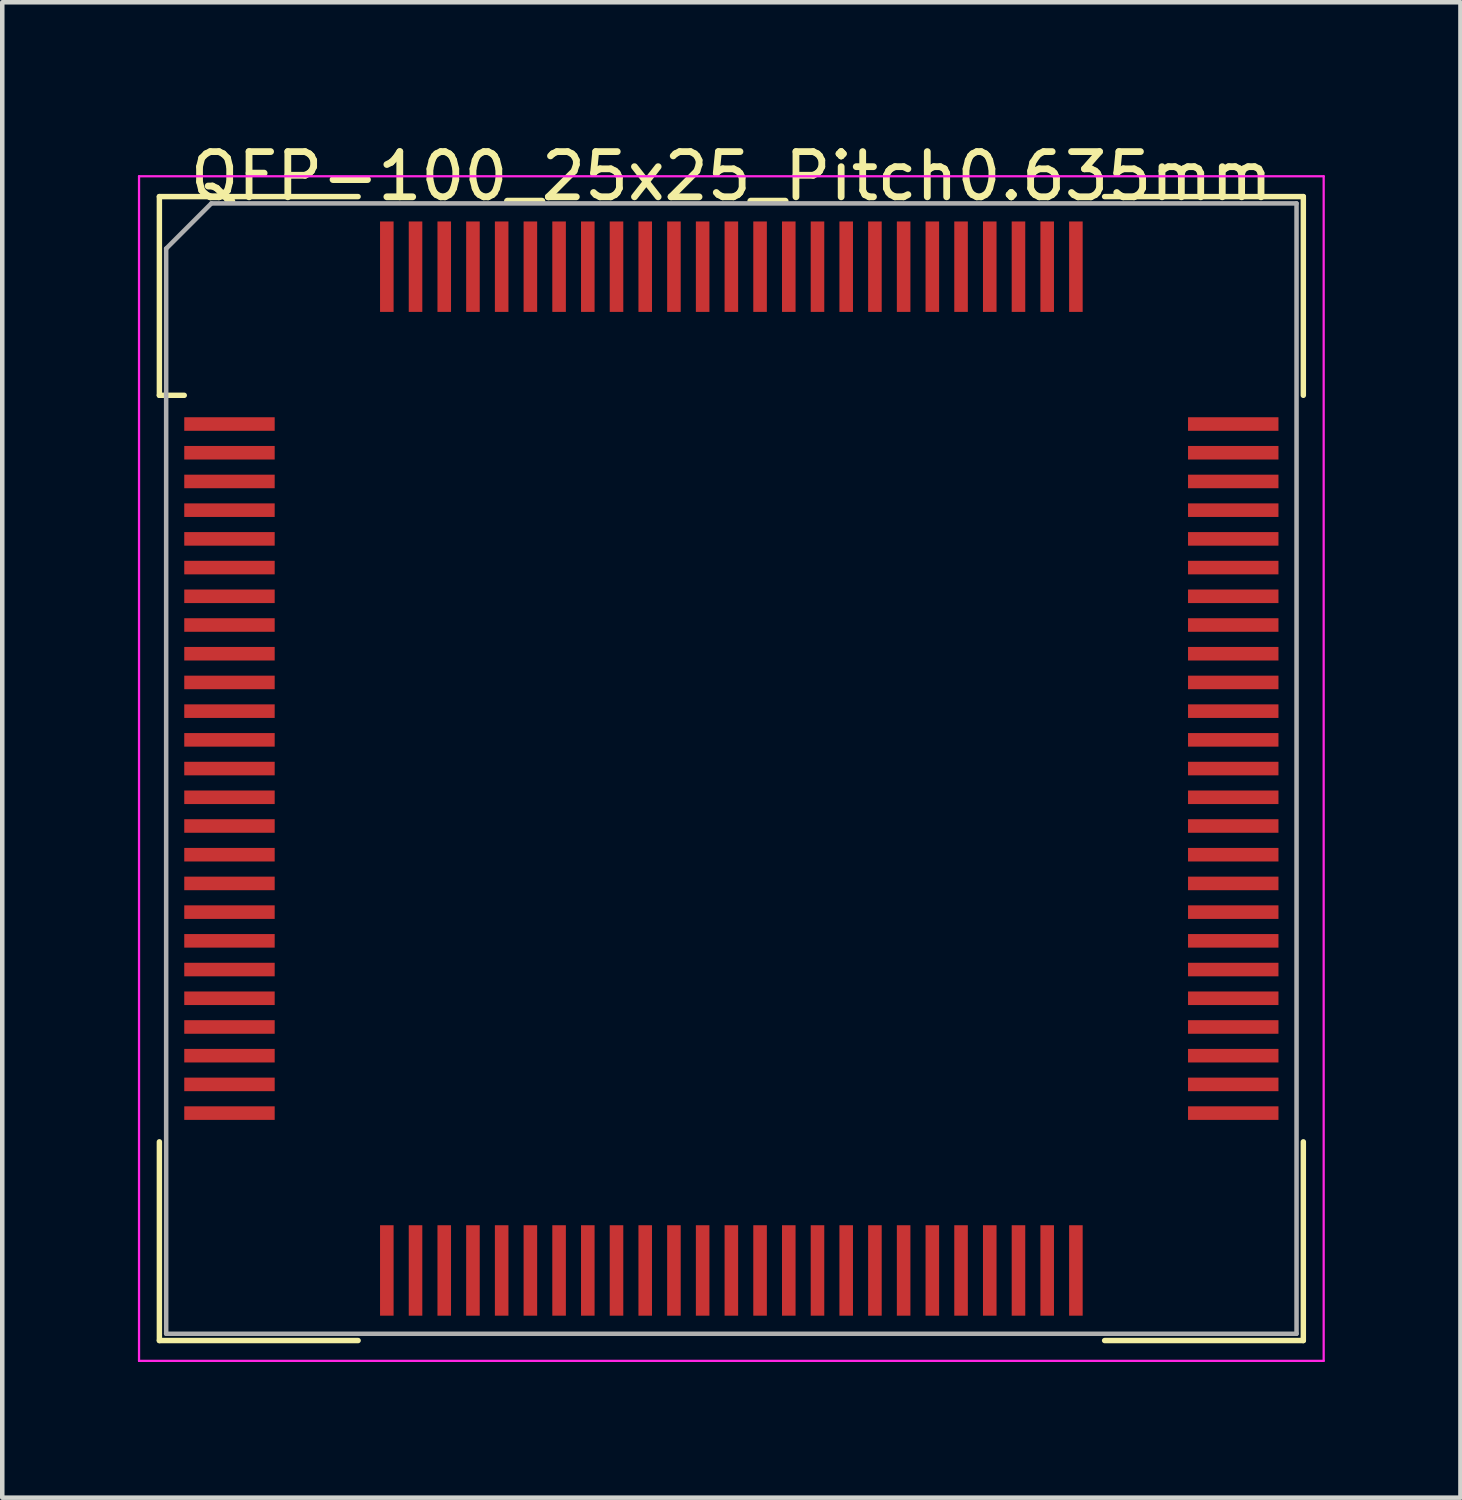
<source format=kicad_pcb>
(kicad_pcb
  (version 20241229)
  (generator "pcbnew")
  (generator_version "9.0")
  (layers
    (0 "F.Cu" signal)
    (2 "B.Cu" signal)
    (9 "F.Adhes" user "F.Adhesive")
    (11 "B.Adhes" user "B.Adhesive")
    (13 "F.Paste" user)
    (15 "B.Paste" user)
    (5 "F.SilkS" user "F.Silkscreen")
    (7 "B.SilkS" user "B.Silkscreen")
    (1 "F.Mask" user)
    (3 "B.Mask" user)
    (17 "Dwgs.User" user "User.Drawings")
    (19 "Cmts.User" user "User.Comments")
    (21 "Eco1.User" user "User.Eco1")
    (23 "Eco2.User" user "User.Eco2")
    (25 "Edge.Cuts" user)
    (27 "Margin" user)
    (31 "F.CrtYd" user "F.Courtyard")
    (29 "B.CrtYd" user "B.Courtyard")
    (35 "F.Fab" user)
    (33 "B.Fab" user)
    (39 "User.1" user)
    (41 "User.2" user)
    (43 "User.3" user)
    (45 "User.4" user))
  (footprint "QFP-100_25x25_Pitch0.635mm"
    (layer "F.Cu")
    (at 13.125 13.948)
    (property "Reference" "QFP-100_25x25_Pitch0.635mm" (at 0 -13.1 0) (layer "F.SilkS") (effects (font (size 1 1) (thickness 0.15))))
    (attr smd)
    (fp_line (start -12.65 -12.65) (end -12.65 -8.255) (stroke (width 0.12) (type solid)) (layer "F.SilkS"))
    (fp_line (start -12.65 -8.255) (end -12.1 -8.255) (stroke (width 0.12) (type solid)) (layer "F.SilkS"))
    (fp_line (start -12.65 12.65) (end -12.65 8.255) (stroke (width 0.12) (type solid)) (layer "F.SilkS"))
    (fp_line (start -8.255 -12.65) (end -12.65 -12.65) (stroke (width 0.12) (type solid)) (layer "F.SilkS"))
    (fp_line (start -8.255 12.65) (end -12.65 12.65) (stroke (width 0.12) (type solid)) (layer "F.SilkS"))
    (fp_line (start 8.255 -12.65) (end 12.65 -12.65) (stroke (width 0.12) (type solid)) (layer "F.SilkS"))
    (fp_line (start 8.255 12.65) (end 12.65 12.65) (stroke (width 0.12) (type solid)) (layer "F.SilkS"))
    (fp_line (start 12.65 -12.65) (end 12.65 -8.255) (stroke (width 0.12) (type solid)) (layer "F.SilkS"))
    (fp_line (start 12.65 12.65) (end 12.65 8.255) (stroke (width 0.12) (type solid)) (layer "F.SilkS"))
    (fp_line (start -13.1 -13.1) (end 13.1 -13.1) (stroke (width 0.05) (type solid)) (layer "F.CrtYd"))
    (fp_line (start -13.1 13.1) (end -13.1 -13.1) (stroke (width 0.05) (type solid)) (layer "F.CrtYd"))
    (fp_line (start 13.1 -13.1) (end 13.1 13.1) (stroke (width 0.05) (type solid)) (layer "F.CrtYd"))
    (fp_line (start 13.1 13.1) (end -13.1 13.1) (stroke (width 0.05) (type solid)) (layer "F.CrtYd"))
    (fp_line (start -12.5 -11.5) (end -12.5 12.5) (stroke (width 0.1) (type solid)) (layer "F.Fab"))
    (fp_line (start -12.5 12.5) (end 12.5 12.5) (stroke (width 0.1) (type solid)) (layer "F.Fab"))
    (fp_line (start -11.5 -12.5) (end -12.5 -11.5) (stroke (width 0.1) (type solid)) (layer "F.Fab"))
    (fp_line (start 12.5 -12.5) (end -11.5 -12.5) (stroke (width 0.1) (type solid)) (layer "F.Fab"))
    (fp_line (start 12.5 12.5) (end 12.5 -12.5) (stroke (width 0.1) (type solid)) (layer "F.Fab"))
    (pad "1" smd rect (at -11.1 -7.62 90) (size 0.3 2) (layers "F.Cu" "F.Mask" "F.Paste"))
    (pad "2" smd rect (at -11.1 -6.985 90) (size 0.3 2) (layers "F.Cu" "F.Mask" "F.Paste"))
    (pad "3" smd rect (at -11.1 -6.35 90) (size 0.3 2) (layers "F.Cu" "F.Mask" "F.Paste"))
    (pad "4" smd rect (at -11.1 -5.715 90) (size 0.3 2) (layers "F.Cu" "F.Mask" "F.Paste"))
    (pad "5" smd rect (at -11.1 -5.08 90) (size 0.3 2) (layers "F.Cu" "F.Mask" "F.Paste"))
    (pad "6" smd rect (at -11.1 -4.445 90) (size 0.3 2) (layers "F.Cu" "F.Mask" "F.Paste"))
    (pad "7" smd rect (at -11.1 -3.81 90) (size 0.3 2) (layers "F.Cu" "F.Mask" "F.Paste"))
    (pad "8" smd rect (at -11.1 -3.175 90) (size 0.3 2) (layers "F.Cu" "F.Mask" "F.Paste"))
    (pad "9" smd rect (at -11.1 -2.54 90) (size 0.3 2) (layers "F.Cu" "F.Mask" "F.Paste"))
    (pad "10" smd rect (at -11.1 -1.905 90) (size 0.3 2) (layers "F.Cu" "F.Mask" "F.Paste"))
    (pad "11" smd rect (at -11.1 -1.27 90) (size 0.3 2) (layers "F.Cu" "F.Mask" "F.Paste"))
    (pad "12" smd rect (at -11.1 -0.635 90) (size 0.3 2) (layers "F.Cu" "F.Mask" "F.Paste"))
    (pad "13" smd rect (at -11.1 0 90) (size 0.3 2) (layers "F.Cu" "F.Mask" "F.Paste"))
    (pad "14" smd rect (at -11.1 0.635 90) (size 0.3 2) (layers "F.Cu" "F.Mask" "F.Paste"))
    (pad "15" smd rect (at -11.1 1.27 90) (size 0.3 2) (layers "F.Cu" "F.Mask" "F.Paste"))
    (pad "16" smd rect (at -11.1 1.905 90) (size 0.3 2) (layers "F.Cu" "F.Mask" "F.Paste"))
    (pad "17" smd rect (at -11.1 2.54 90) (size 0.3 2) (layers "F.Cu" "F.Mask" "F.Paste"))
    (pad "18" smd rect (at -11.1 3.175 90) (size 0.3 2) (layers "F.Cu" "F.Mask" "F.Paste"))
    (pad "19" smd rect (at -11.1 3.81 90) (size 0.3 2) (layers "F.Cu" "F.Mask" "F.Paste"))
    (pad "20" smd rect (at -11.1 4.445 90) (size 0.3 2) (layers "F.Cu" "F.Mask" "F.Paste"))
    (pad "21" smd rect (at -11.1 5.08 90) (size 0.3 2) (layers "F.Cu" "F.Mask" "F.Paste"))
    (pad "22" smd rect (at -11.1 5.715 90) (size 0.3 2) (layers "F.Cu" "F.Mask" "F.Paste"))
    (pad "23" smd rect (at -11.1 6.35 90) (size 0.3 2) (layers "F.Cu" "F.Mask" "F.Paste"))
    (pad "24" smd rect (at -11.1 6.985 90) (size 0.3 2) (layers "F.Cu" "F.Mask" "F.Paste"))
    (pad "25" smd rect (at -11.1 7.62 90) (size 0.3 2) (layers "F.Cu" "F.Mask" "F.Paste"))
    (pad "26" smd rect (at -7.62 11.1) (size 0.3 2) (layers "F.Cu" "F.Mask" "F.Paste"))
    (pad "27" smd rect (at -6.985 11.1) (size 0.3 2) (layers "F.Cu" "F.Mask" "F.Paste"))
    (pad "28" smd rect (at -6.35 11.1) (size 0.3 2) (layers "F.Cu" "F.Mask" "F.Paste"))
    (pad "29" smd rect (at -5.715 11.1) (size 0.3 2) (layers "F.Cu" "F.Mask" "F.Paste"))
    (pad "30" smd rect (at -5.08 11.1) (size 0.3 2) (layers "F.Cu" "F.Mask" "F.Paste"))
    (pad "31" smd rect (at -4.445 11.1) (size 0.3 2) (layers "F.Cu" "F.Mask" "F.Paste"))
    (pad "32" smd rect (at -3.81 11.1) (size 0.3 2) (layers "F.Cu" "F.Mask" "F.Paste"))
    (pad "33" smd rect (at -3.175 11.1) (size 0.3 2) (layers "F.Cu" "F.Mask" "F.Paste"))
    (pad "34" smd rect (at -2.54 11.1) (size 0.3 2) (layers "F.Cu" "F.Mask" "F.Paste"))
    (pad "35" smd rect (at -1.905 11.1) (size 0.3 2) (layers "F.Cu" "F.Mask" "F.Paste"))
    (pad "36" smd rect (at -1.27 11.1) (size 0.3 2) (layers "F.Cu" "F.Mask" "F.Paste"))
    (pad "37" smd rect (at -0.635 11.1) (size 0.3 2) (layers "F.Cu" "F.Mask" "F.Paste"))
    (pad "38" smd rect (at 0 11.1) (size 0.3 2) (layers "F.Cu" "F.Mask" "F.Paste"))
    (pad "39" smd rect (at 0.635 11.1) (size 0.3 2) (layers "F.Cu" "F.Mask" "F.Paste"))
    (pad "40" smd rect (at 1.27 11.1) (size 0.3 2) (layers "F.Cu" "F.Mask" "F.Paste"))
    (pad "41" smd rect (at 1.905 11.1) (size 0.3 2) (layers "F.Cu" "F.Mask" "F.Paste"))
    (pad "42" smd rect (at 2.54 11.1) (size 0.3 2) (layers "F.Cu" "F.Mask" "F.Paste"))
    (pad "43" smd rect (at 3.175 11.1) (size 0.3 2) (layers "F.Cu" "F.Mask" "F.Paste"))
    (pad "44" smd rect (at 3.81 11.1) (size 0.3 2) (layers "F.Cu" "F.Mask" "F.Paste"))
    (pad "45" smd rect (at 4.445 11.1) (size 0.3 2) (layers "F.Cu" "F.Mask" "F.Paste"))
    (pad "46" smd rect (at 5.08 11.1) (size 0.3 2) (layers "F.Cu" "F.Mask" "F.Paste"))
    (pad "47" smd rect (at 5.715 11.1) (size 0.3 2) (layers "F.Cu" "F.Mask" "F.Paste"))
    (pad "48" smd rect (at 6.35 11.1) (size 0.3 2) (layers "F.Cu" "F.Mask" "F.Paste"))
    (pad "49" smd rect (at 6.985 11.1) (size 0.3 2) (layers "F.Cu" "F.Mask" "F.Paste"))
    (pad "50" smd rect (at 7.62 11.1) (size 0.3 2) (layers "F.Cu" "F.Mask" "F.Paste"))
    (pad "51" smd rect (at 11.1 7.62 90) (size 0.3 2) (layers "F.Cu" "F.Mask" "F.Paste"))
    (pad "52" smd rect (at 11.1 6.985 90) (size 0.3 2) (layers "F.Cu" "F.Mask" "F.Paste"))
    (pad "53" smd rect (at 11.1 6.35 90) (size 0.3 2) (layers "F.Cu" "F.Mask" "F.Paste"))
    (pad "54" smd rect (at 11.1 5.715 90) (size 0.3 2) (layers "F.Cu" "F.Mask" "F.Paste"))
    (pad "55" smd rect (at 11.1 5.08 90) (size 0.3 2) (layers "F.Cu" "F.Mask" "F.Paste"))
    (pad "56" smd rect (at 11.1 4.445 90) (size 0.3 2) (layers "F.Cu" "F.Mask" "F.Paste"))
    (pad "57" smd rect (at 11.1 3.81 90) (size 0.3 2) (layers "F.Cu" "F.Mask" "F.Paste"))
    (pad "58" smd rect (at 11.1 3.175 90) (size 0.3 2) (layers "F.Cu" "F.Mask" "F.Paste"))
    (pad "59" smd rect (at 11.1 2.54 90) (size 0.3 2) (layers "F.Cu" "F.Mask" "F.Paste"))
    (pad "60" smd rect (at 11.1 1.905 90) (size 0.3 2) (layers "F.Cu" "F.Mask" "F.Paste"))
    (pad "61" smd rect (at 11.1 1.27 90) (size 0.3 2) (layers "F.Cu" "F.Mask" "F.Paste"))
    (pad "62" smd rect (at 11.1 0.635 90) (size 0.3 2) (layers "F.Cu" "F.Mask" "F.Paste"))
    (pad "63" smd rect (at 11.1 0 90) (size 0.3 2) (layers "F.Cu" "F.Mask" "F.Paste"))
    (pad "64" smd rect (at 11.1 -0.635 90) (size 0.3 2) (layers "F.Cu" "F.Mask" "F.Paste"))
    (pad "65" smd rect (at 11.1 -1.27 90) (size 0.3 2) (layers "F.Cu" "F.Mask" "F.Paste"))
    (pad "66" smd rect (at 11.1 -1.905 90) (size 0.3 2) (layers "F.Cu" "F.Mask" "F.Paste"))
    (pad "67" smd rect (at 11.1 -2.54 90) (size 0.3 2) (layers "F.Cu" "F.Mask" "F.Paste"))
    (pad "68" smd rect (at 11.1 -3.175 90) (size 0.3 2) (layers "F.Cu" "F.Mask" "F.Paste"))
    (pad "69" smd rect (at 11.1 -3.81 90) (size 0.3 2) (layers "F.Cu" "F.Mask" "F.Paste"))
    (pad "70" smd rect (at 11.1 -4.445 90) (size 0.3 2) (layers "F.Cu" "F.Mask" "F.Paste"))
    (pad "71" smd rect (at 11.1 -5.08 90) (size 0.3 2) (layers "F.Cu" "F.Mask" "F.Paste"))
    (pad "72" smd rect (at 11.1 -5.715 90) (size 0.3 2) (layers "F.Cu" "F.Mask" "F.Paste"))
    (pad "73" smd rect (at 11.1 -6.35 90) (size 0.3 2) (layers "F.Cu" "F.Mask" "F.Paste"))
    (pad "74" smd rect (at 11.1 -6.985 90) (size 0.3 2) (layers "F.Cu" "F.Mask" "F.Paste"))
    (pad "75" smd rect (at 11.1 -7.62 90) (size 0.3 2) (layers "F.Cu" "F.Mask" "F.Paste"))
    (pad "76" smd rect (at 7.62 -11.1) (size 0.3 2) (layers "F.Cu" "F.Mask" "F.Paste"))
    (pad "77" smd rect (at 6.985 -11.1) (size 0.3 2) (layers "F.Cu" "F.Mask" "F.Paste"))
    (pad "78" smd rect (at 6.35 -11.1) (size 0.3 2) (layers "F.Cu" "F.Mask" "F.Paste"))
    (pad "79" smd rect (at 5.715 -11.1) (size 0.3 2) (layers "F.Cu" "F.Mask" "F.Paste"))
    (pad "80" smd rect (at 5.08 -11.1) (size 0.3 2) (layers "F.Cu" "F.Mask" "F.Paste"))
    (pad "81" smd rect (at 4.445 -11.1) (size 0.3 2) (layers "F.Cu" "F.Mask" "F.Paste"))
    (pad "82" smd rect (at 3.81 -11.1) (size 0.3 2) (layers "F.Cu" "F.Mask" "F.Paste"))
    (pad "83" smd rect (at 3.175 -11.1) (size 0.3 2) (layers "F.Cu" "F.Mask" "F.Paste"))
    (pad "84" smd rect (at 2.54 -11.1) (size 0.3 2) (layers "F.Cu" "F.Mask" "F.Paste"))
    (pad "85" smd rect (at 1.905 -11.1) (size 0.3 2) (layers "F.Cu" "F.Mask" "F.Paste"))
    (pad "86" smd rect (at 1.27 -11.1) (size 0.3 2) (layers "F.Cu" "F.Mask" "F.Paste"))
    (pad "87" smd rect (at 0.635 -11.1) (size 0.3 2) (layers "F.Cu" "F.Mask" "F.Paste"))
    (pad "88" smd rect (at 0 -11.1) (size 0.3 2) (layers "F.Cu" "F.Mask" "F.Paste"))
    (pad "89" smd rect (at -0.635 -11.1) (size 0.3 2) (layers "F.Cu" "F.Mask" "F.Paste"))
    (pad "90" smd rect (at -1.27 -11.1) (size 0.3 2) (layers "F.Cu" "F.Mask" "F.Paste"))
    (pad "91" smd rect (at -1.905 -11.1) (size 0.3 2) (layers "F.Cu" "F.Mask" "F.Paste"))
    (pad "92" smd rect (at -2.54 -11.1) (size 0.3 2) (layers "F.Cu" "F.Mask" "F.Paste"))
    (pad "93" smd rect (at -3.175 -11.1) (size 0.3 2) (layers "F.Cu" "F.Mask" "F.Paste"))
    (pad "94" smd rect (at -3.81 -11.1) (size 0.3 2) (layers "F.Cu" "F.Mask" "F.Paste"))
    (pad "95" smd rect (at -4.445 -11.1) (size 0.3 2) (layers "F.Cu" "F.Mask" "F.Paste"))
    (pad "96" smd rect (at -5.08 -11.1) (size 0.3 2) (layers "F.Cu" "F.Mask" "F.Paste"))
    (pad "97" smd rect (at -5.715 -11.1) (size 0.3 2) (layers "F.Cu" "F.Mask" "F.Paste"))
    (pad "98" smd rect (at -6.35 -11.1) (size 0.3 2) (layers "F.Cu" "F.Mask" "F.Paste"))
    (pad "99" smd rect (at -6.985 -11.1) (size 0.3 2) (layers "F.Cu" "F.Mask" "F.Paste"))
    (pad "100" smd rect (at -7.62 -11.1) (size 0.3 2) (layers "F.Cu" "F.Mask" "F.Paste")))
  (gr_rect
    (start -3 -3)
    (end 29.25 30.073)
    (stroke (width 0.1) (type default))
    (fill no)
    (layer "Edge.Cuts")))
</source>
